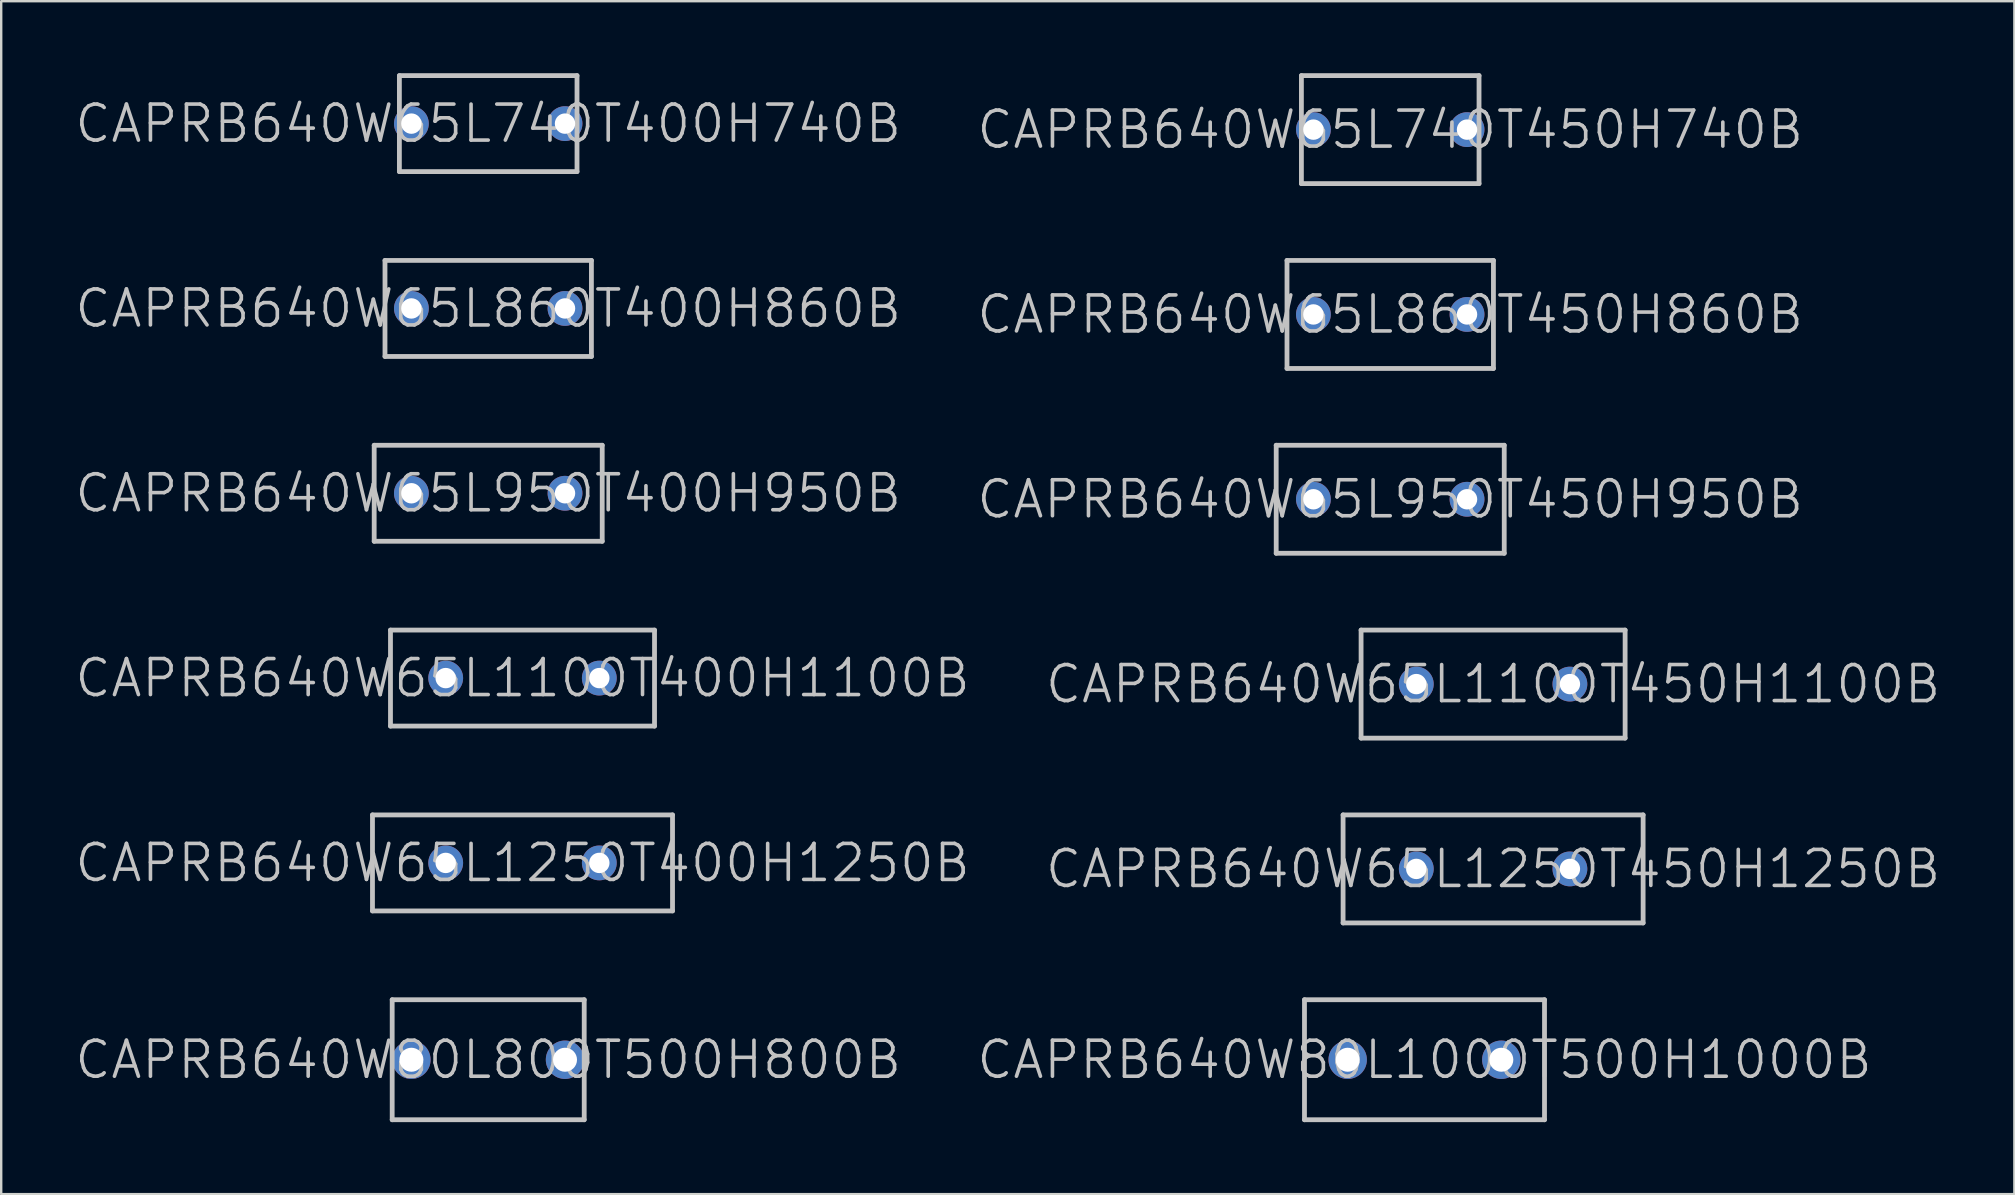
<source format=kicad_pcb>
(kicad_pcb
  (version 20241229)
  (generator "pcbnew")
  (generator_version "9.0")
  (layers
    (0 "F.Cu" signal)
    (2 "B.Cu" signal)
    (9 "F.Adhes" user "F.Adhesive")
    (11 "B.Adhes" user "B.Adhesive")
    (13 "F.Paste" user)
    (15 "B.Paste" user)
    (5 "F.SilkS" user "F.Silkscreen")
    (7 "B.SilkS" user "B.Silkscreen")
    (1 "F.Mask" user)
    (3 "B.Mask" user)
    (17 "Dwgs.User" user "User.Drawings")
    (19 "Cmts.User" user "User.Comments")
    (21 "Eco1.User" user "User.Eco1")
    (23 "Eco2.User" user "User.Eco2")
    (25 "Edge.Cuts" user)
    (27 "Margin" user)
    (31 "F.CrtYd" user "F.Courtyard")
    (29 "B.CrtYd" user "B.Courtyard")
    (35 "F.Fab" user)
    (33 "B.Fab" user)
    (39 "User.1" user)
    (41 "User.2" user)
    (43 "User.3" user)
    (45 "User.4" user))
  (footprint "CAPRB640W65L950T400H950B"
    (layer "F.Cu")
    (at 17.289 17.5)
    (property "Reference" "CAPRB640W65L950T400H950B" (at 0 0 0) (layer "Dwgs.User") (effects (font (size 1.5 1.5) (thickness 0.15))))
    (attr through_hole)
    (fp_line (start -4.75 -2) (end -4.75 2) (stroke (width 0.2) (type solid)) (layer "Dwgs.User"))
    (fp_line (start -4.75 -2) (end 4.75 -2) (stroke (width 0.2) (type solid)) (layer "Dwgs.User"))
    (fp_line (start -4.75 2) (end 4.75 2) (stroke (width 0.2) (type solid)) (layer "Dwgs.User"))
    (fp_line (start 4.75 -2) (end 4.75 2) (stroke (width 0.2) (type solid)) (layer "Dwgs.User"))
    (pad "1" thru_hole circle (at -3.2 0) (size 1.45 1.45) (drill 0.85) (layers "*.Cu" "*.Mask"))
    (pad "2" thru_hole circle (at 3.2 0) (size 1.45 1.45) (drill 0.85) (layers "*.Cu" "*.Mask")))
  (footprint "CAPRB640W80L800T500H800B"
    (layer "F.Cu")
    (at 17.289 41.1)
    (property "Reference" "CAPRB640W80L800T500H800B" (at 0 0 0) (layer "Dwgs.User") (effects (font (size 1.5 1.5) (thickness 0.15))))
    (attr through_hole)
    (fp_line (start -4 -2.5) (end -4 2.5) (stroke (width 0.2) (type solid)) (layer "Dwgs.User"))
    (fp_line (start -4 -2.5) (end 4 -2.5) (stroke (width 0.2) (type solid)) (layer "Dwgs.User"))
    (fp_line (start -4 2.5) (end 4 2.5) (stroke (width 0.2) (type solid)) (layer "Dwgs.User"))
    (fp_line (start 4 -2.5) (end 4 2.5) (stroke (width 0.2) (type solid)) (layer "Dwgs.User"))
    (pad "1" thru_hole circle (at -3.2 0) (size 1.6 1.6) (drill 1) (layers "*.Cu" "*.Mask"))
    (pad "2" thru_hole circle (at 3.2 0) (size 1.6 1.6) (drill 1) (layers "*.Cu" "*.Mask")))
  (footprint "CAPRB640W65L740T450H740B"
    (layer "F.Cu")
    (at 54.868 2.35)
    (property "Reference" "CAPRB640W65L740T450H740B" (at 0 0 0) (layer "Dwgs.User") (effects (font (size 1.5 1.5) (thickness 0.15))))
    (attr through_hole)
    (fp_line (start -3.7 -2.25) (end -3.7 2.25) (stroke (width 0.2) (type solid)) (layer "Dwgs.User"))
    (fp_line (start -3.7 -2.25) (end 3.7 -2.25) (stroke (width 0.2) (type solid)) (layer "Dwgs.User"))
    (fp_line (start -3.7 2.25) (end 3.7 2.25) (stroke (width 0.2) (type solid)) (layer "Dwgs.User"))
    (fp_line (start 3.7 -2.25) (end 3.7 2.25) (stroke (width 0.2) (type solid)) (layer "Dwgs.User"))
    (pad "1" thru_hole circle (at -3.2 0) (size 1.45 1.45) (drill 0.85) (layers "*.Cu" "*.Mask"))
    (pad "2" thru_hole circle (at 3.2 0) (size 1.45 1.45) (drill 0.85) (layers "*.Cu" "*.Mask")))
  (footprint "CAPRB640W65L740T400H740B"
    (layer "F.Cu")
    (at 17.289 2.1)
    (property "Reference" "CAPRB640W65L740T400H740B" (at 0 0 0) (layer "Dwgs.User") (effects (font (size 1.5 1.5) (thickness 0.15))))
    (attr through_hole)
    (fp_line (start -3.7 -2) (end -3.7 2) (stroke (width 0.2) (type solid)) (layer "Dwgs.User"))
    (fp_line (start -3.7 -2) (end 3.7 -2) (stroke (width 0.2) (type solid)) (layer "Dwgs.User"))
    (fp_line (start -3.7 2) (end 3.7 2) (stroke (width 0.2) (type solid)) (layer "Dwgs.User"))
    (fp_line (start 3.7 -2) (end 3.7 2) (stroke (width 0.2) (type solid)) (layer "Dwgs.User"))
    (pad "1" thru_hole circle (at -3.2 0) (size 1.45 1.45) (drill 0.85) (layers "*.Cu" "*.Mask"))
    (pad "2" thru_hole circle (at 3.2 0) (size 1.45 1.45) (drill 0.85) (layers "*.Cu" "*.Mask")))
  (footprint "CAPRB640W65L860T400H860B"
    (layer "F.Cu")
    (at 17.289 9.8)
    (property "Reference" "CAPRB640W65L860T400H860B" (at 0 0 0) (layer "Dwgs.User") (effects (font (size 1.5 1.5) (thickness 0.15))))
    (attr through_hole)
    (fp_line (start -4.3 -2) (end -4.3 2) (stroke (width 0.2) (type solid)) (layer "Dwgs.User"))
    (fp_line (start -4.3 -2) (end 4.3 -2) (stroke (width 0.2) (type solid)) (layer "Dwgs.User"))
    (fp_line (start -4.3 2) (end 4.3 2) (stroke (width 0.2) (type solid)) (layer "Dwgs.User"))
    (fp_line (start 4.3 -2) (end 4.3 2) (stroke (width 0.2) (type solid)) (layer "Dwgs.User"))
    (pad "1" thru_hole circle (at -3.2 0) (size 1.45 1.45) (drill 0.85) (layers "*.Cu" "*.Mask"))
    (pad "2" thru_hole circle (at 3.2 0) (size 1.45 1.45) (drill 0.85) (layers "*.Cu" "*.Mask")))
  (footprint "CAPRB640W65L860T450H860B"
    (layer "F.Cu")
    (at 54.868 10.05)
    (property "Reference" "CAPRB640W65L860T450H860B" (at 0 0 0) (layer "Dwgs.User") (effects (font (size 1.5 1.5) (thickness 0.15))))
    (attr through_hole)
    (fp_line (start -4.3 -2.25) (end -4.3 2.25) (stroke (width 0.2) (type solid)) (layer "Dwgs.User"))
    (fp_line (start -4.3 -2.25) (end 4.3 -2.25) (stroke (width 0.2) (type solid)) (layer "Dwgs.User"))
    (fp_line (start -4.3 2.25) (end 4.3 2.25) (stroke (width 0.2) (type solid)) (layer "Dwgs.User"))
    (fp_line (start 4.3 -2.25) (end 4.3 2.25) (stroke (width 0.2) (type solid)) (layer "Dwgs.User"))
    (pad "1" thru_hole circle (at -3.2 0) (size 1.45 1.45) (drill 0.85) (layers "*.Cu" "*.Mask"))
    (pad "2" thru_hole circle (at 3.2 0) (size 1.45 1.45) (drill 0.85) (layers "*.Cu" "*.Mask")))
  (footprint "CAPRB640W80L1000T500H1000B"
    (layer "F.Cu")
    (at 56.296 41.1)
    (property "Reference" "CAPRB640W80L1000T500H1000B" (at 0 0 0) (layer "Dwgs.User") (effects (font (size 1.5 1.5) (thickness 0.15))))
    (attr through_hole)
    (fp_line (start -5 -2.5) (end -5 2.5) (stroke (width 0.2) (type solid)) (layer "Dwgs.User"))
    (fp_line (start -5 -2.5) (end 5 -2.5) (stroke (width 0.2) (type solid)) (layer "Dwgs.User"))
    (fp_line (start -5 2.5) (end 5 2.5) (stroke (width 0.2) (type solid)) (layer "Dwgs.User"))
    (fp_line (start 5 -2.5) (end 5 2.5) (stroke (width 0.2) (type solid)) (layer "Dwgs.User"))
    (pad "1" thru_hole circle (at -3.2 0) (size 1.6 1.6) (drill 1) (layers "*.Cu" "*.Mask"))
    (pad "2" thru_hole circle (at 3.2 0) (size 1.6 1.6) (drill 1) (layers "*.Cu" "*.Mask")))
  (footprint "CAPRB640W65L1250T450H1250B"
    (layer "F.Cu")
    (at 59.154 33.15)
    (property "Reference" "CAPRB640W65L1250T450H1250B" (at 0 0 0) (layer "Dwgs.User") (effects (font (size 1.5 1.5) (thickness 0.15))))
    (attr through_hole)
    (fp_line (start -6.25 -2.25) (end -6.25 2.25) (stroke (width 0.2) (type solid)) (layer "Dwgs.User"))
    (fp_line (start -6.25 -2.25) (end 6.25 -2.25) (stroke (width 0.2) (type solid)) (layer "Dwgs.User"))
    (fp_line (start -6.25 2.25) (end 6.25 2.25) (stroke (width 0.2) (type solid)) (layer "Dwgs.User"))
    (fp_line (start 6.25 -2.25) (end 6.25 2.25) (stroke (width 0.2) (type solid)) (layer "Dwgs.User"))
    (pad "1" thru_hole circle (at -3.2 0) (size 1.45 1.45) (drill 0.85) (layers "*.Cu" "*.Mask"))
    (pad "2" thru_hole circle (at 3.2 0) (size 1.45 1.45) (drill 0.85) (layers "*.Cu" "*.Mask")))
  (footprint "CAPRB640W65L1100T400H1100B"
    (layer "F.Cu")
    (at 18.718 25.2)
    (property "Reference" "CAPRB640W65L1100T400H1100B" (at 0 0 0) (layer "Dwgs.User") (effects (font (size 1.5 1.5) (thickness 0.15))))
    (attr through_hole)
    (fp_line (start -5.5 -2) (end -5.5 2) (stroke (width 0.2) (type solid)) (layer "Dwgs.User"))
    (fp_line (start -5.5 -2) (end 5.5 -2) (stroke (width 0.2) (type solid)) (layer "Dwgs.User"))
    (fp_line (start -5.5 2) (end 5.5 2) (stroke (width 0.2) (type solid)) (layer "Dwgs.User"))
    (fp_line (start 5.5 -2) (end 5.5 2) (stroke (width 0.2) (type solid)) (layer "Dwgs.User"))
    (pad "1" thru_hole circle (at -3.2 0) (size 1.45 1.45) (drill 0.85) (layers "*.Cu" "*.Mask"))
    (pad "2" thru_hole circle (at 3.2 0) (size 1.45 1.45) (drill 0.85) (layers "*.Cu" "*.Mask")))
  (footprint "CAPRB640W65L950T450H950B"
    (layer "F.Cu")
    (at 54.868 17.75)
    (property "Reference" "CAPRB640W65L950T450H950B" (at 0 0 0) (layer "Dwgs.User") (effects (font (size 1.5 1.5) (thickness 0.15))))
    (attr through_hole)
    (fp_line (start -4.75 -2.25) (end -4.75 2.25) (stroke (width 0.2) (type solid)) (layer "Dwgs.User"))
    (fp_line (start -4.75 -2.25) (end 4.75 -2.25) (stroke (width 0.2) (type solid)) (layer "Dwgs.User"))
    (fp_line (start -4.75 2.25) (end 4.75 2.25) (stroke (width 0.2) (type solid)) (layer "Dwgs.User"))
    (fp_line (start 4.75 -2.25) (end 4.75 2.25) (stroke (width 0.2) (type solid)) (layer "Dwgs.User"))
    (pad "1" thru_hole circle (at -3.2 0) (size 1.45 1.45) (drill 0.85) (layers "*.Cu" "*.Mask"))
    (pad "2" thru_hole circle (at 3.2 0) (size 1.45 1.45) (drill 0.85) (layers "*.Cu" "*.Mask")))
  (footprint "CAPRB640W65L1100T450H1100B"
    (layer "F.Cu")
    (at 59.154 25.45)
    (property "Reference" "CAPRB640W65L1100T450H1100B" (at 0 0 0) (layer "Dwgs.User") (effects (font (size 1.5 1.5) (thickness 0.15))))
    (attr through_hole)
    (fp_line (start -5.5 -2.25) (end -5.5 2.25) (stroke (width 0.2) (type solid)) (layer "Dwgs.User"))
    (fp_line (start -5.5 -2.25) (end 5.5 -2.25) (stroke (width 0.2) (type solid)) (layer "Dwgs.User"))
    (fp_line (start -5.5 2.25) (end 5.5 2.25) (stroke (width 0.2) (type solid)) (layer "Dwgs.User"))
    (fp_line (start 5.5 -2.25) (end 5.5 2.25) (stroke (width 0.2) (type solid)) (layer "Dwgs.User"))
    (pad "1" thru_hole circle (at -3.2 0) (size 1.45 1.45) (drill 0.85) (layers "*.Cu" "*.Mask"))
    (pad "2" thru_hole circle (at 3.2 0) (size 1.45 1.45) (drill 0.85) (layers "*.Cu" "*.Mask")))
  (footprint "CAPRB640W65L1250T400H1250B"
    (layer "F.Cu")
    (at 18.718 32.9)
    (property "Reference" "CAPRB640W65L1250T400H1250B" (at 0 0 0) (layer "Dwgs.User") (effects (font (size 1.5 1.5) (thickness 0.15))))
    (attr through_hole)
    (fp_line (start -6.25 -2) (end -6.25 2) (stroke (width 0.2) (type solid)) (layer "Dwgs.User"))
    (fp_line (start -6.25 -2) (end 6.25 -2) (stroke (width 0.2) (type solid)) (layer "Dwgs.User"))
    (fp_line (start -6.25 2) (end 6.25 2) (stroke (width 0.2) (type solid)) (layer "Dwgs.User"))
    (fp_line (start 6.25 -2) (end 6.25 2) (stroke (width 0.2) (type solid)) (layer "Dwgs.User"))
    (pad "1" thru_hole circle (at -3.2 0) (size 1.45 1.45) (drill 0.85) (layers "*.Cu" "*.Mask"))
    (pad "2" thru_hole circle (at 3.2 0) (size 1.45 1.45) (drill 0.85) (layers "*.Cu" "*.Mask")))
  (gr_rect
    (start -3 -3)
    (end 80.871 46.7)
    (stroke (width 0.1) (type default))
    (fill no)
    (layer "Edge.Cuts")))
</source>
